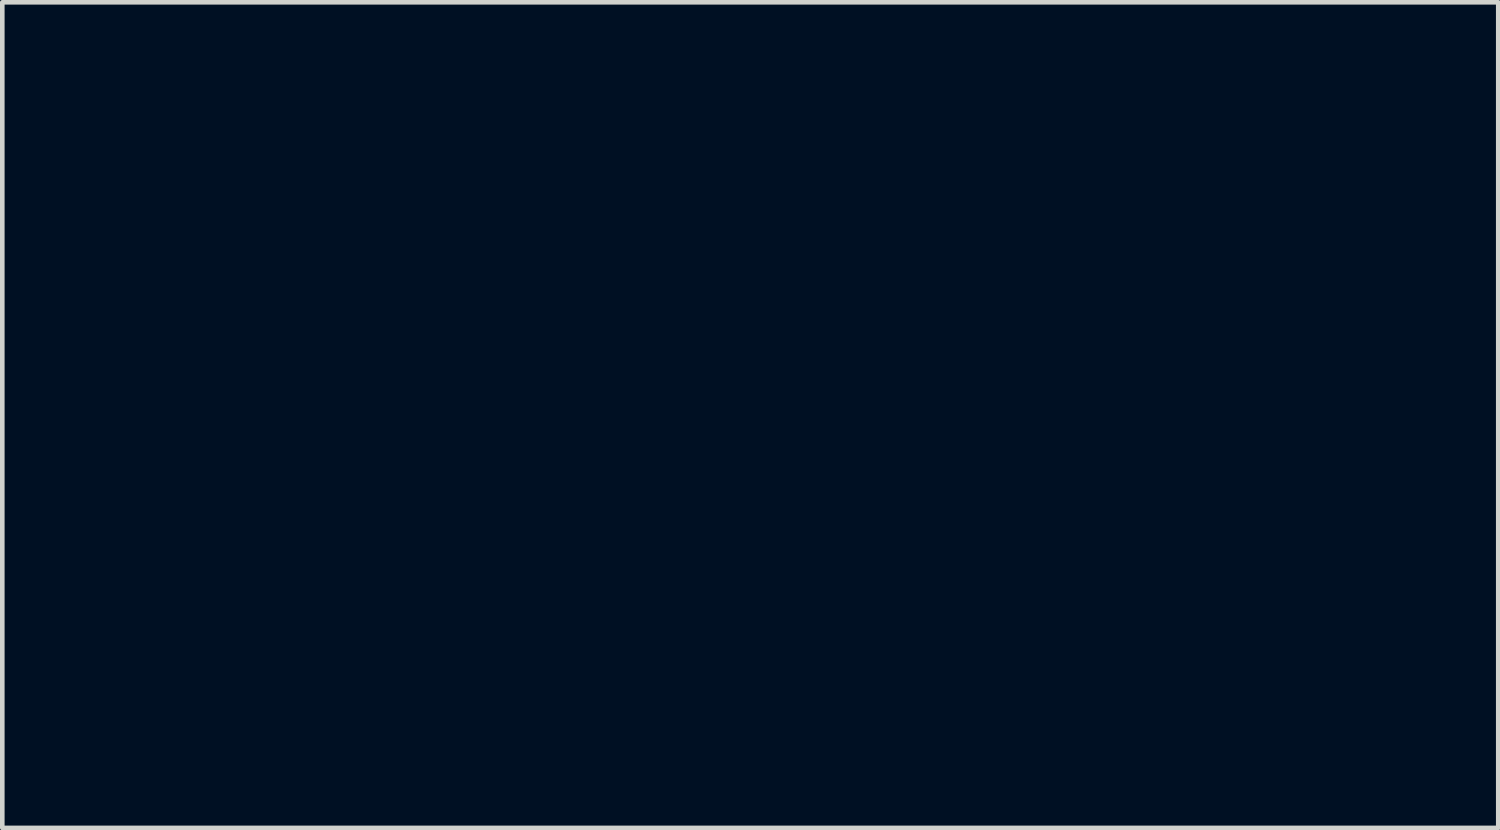
<source format=kicad_pcb>
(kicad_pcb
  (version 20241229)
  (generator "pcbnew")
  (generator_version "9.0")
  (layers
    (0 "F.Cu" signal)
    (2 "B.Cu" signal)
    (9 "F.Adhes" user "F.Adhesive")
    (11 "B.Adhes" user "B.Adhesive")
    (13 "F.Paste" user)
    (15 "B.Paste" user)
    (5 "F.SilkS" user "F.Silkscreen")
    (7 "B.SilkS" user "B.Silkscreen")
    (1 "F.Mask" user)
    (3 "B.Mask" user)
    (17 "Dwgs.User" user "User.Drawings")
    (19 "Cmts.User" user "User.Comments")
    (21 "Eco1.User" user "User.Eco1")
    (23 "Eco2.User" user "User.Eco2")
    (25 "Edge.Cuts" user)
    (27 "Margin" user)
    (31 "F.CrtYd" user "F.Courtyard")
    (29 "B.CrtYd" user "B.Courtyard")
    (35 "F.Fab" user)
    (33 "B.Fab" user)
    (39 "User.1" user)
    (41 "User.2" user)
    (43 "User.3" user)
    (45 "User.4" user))
  (footprint "irinput_panel_art_more"
    (layer "F.Cu")
    (at 13.288 5.985)
    (property "Reference" "irinput_panel_art_more" (at 0 0 0) (layer "F.Mask") (effects (font (size 1.524 1.524) (thickness 0.3))))
    (attr through_hole)
    (fp_poly (pts (xy 0.976 -5.94) (xy 1.628 -5.86) (xy 2.273 -5.739) (xy 2.907 -5.576) (xy 3.527 -5.372) (xy 4.129 -5.126) (xy 4.262 -5.065) (xy 4.779 -4.8) (xy 5.263 -4.505) (xy 5.715 -4.183) (xy 6.131 -3.837) (xy 6.511 -3.468) (xy 6.851 -3.078) (xy 7.151 -2.67) (xy 7.408 -2.246) (xy 7.62 -1.807) (xy 7.786 -1.357) (xy 7.899 -0.916) (xy 7.971 -0.441) (xy 7.991 0.035) (xy 7.962 0.508) (xy 7.882 0.978) (xy 7.752 1.444) (xy 7.573 1.904) (xy 7.506 2.046) (xy 7.258 2.5) (xy 6.966 2.931) (xy 6.632 3.34) (xy 6.259 3.724) (xy 5.847 4.083) (xy 5.401 4.415) (xy 4.921 4.718) (xy 4.41 4.993) (xy 3.871 5.236) (xy 3.305 5.448) (xy 2.715 5.627) (xy 2.103 5.771) (xy 1.472 5.88) (xy 0.823 5.951) (xy 0.572 5.969) (xy 0.342 5.981) (xy 0.143 5.987) (xy -0.044 5.989) (xy -0.235 5.986) (xy -0.446 5.977) (xy -0.635 5.967) (xy -1.28 5.908) (xy -1.922 5.808) (xy -2.554 5.668) (xy -3.171 5.49) (xy -3.767 5.276) (xy -4.336 5.027) (xy -4.873 4.745) (xy -5.13 4.591) (xy -5.615 4.26) (xy -6.059 3.904) (xy -6.461 3.523) (xy -6.821 3.118) (xy -7.136 2.691) (xy -7.406 2.242) (xy -7.507 2.045) (xy -7.702 1.587) (xy -7.848 1.124) (xy -7.943 0.657) (xy -7.984 0.225) (xy -3.999 0.225) (xy -3.95 0.659) (xy -3.853 1.087) (xy -3.707 1.506) (xy -3.513 1.912) (xy -3.323 2.228) (xy -3.191 2.407) (xy -3.029 2.6) (xy -2.848 2.794) (xy -2.657 2.98) (xy -2.469 3.145) (xy -2.294 3.279) (xy -2.273 3.293) (xy -1.878 3.531) (xy -1.469 3.72) (xy -1.047 3.86) (xy -0.613 3.951) (xy -0.168 3.993) (xy 0.287 3.985) (xy 0.701 3.935) (xy 1.104 3.843) (xy 1.505 3.703) (xy 1.9 3.517) (xy 2.262 3.3) (xy 2.442 3.166) (xy 2.636 3) (xy 2.833 2.811) (xy 3.02 2.611) (xy 3.188 2.412) (xy 3.323 2.228) (xy 3.554 1.835) (xy 3.738 1.427) (xy 3.875 1.006) (xy 3.963 0.576) (xy 4.003 0.139) (xy 3.993 -0.301) (xy 3.934 -0.742) (xy 3.846 -1.111) (xy 3.7 -1.528) (xy 3.513 -1.919) (xy 3.282 -2.287) (xy 3.005 -2.634) (xy 2.752 -2.896) (xy 2.415 -3.185) (xy 2.052 -3.432) (xy 1.667 -3.635) (xy 1.264 -3.795) (xy 0.848 -3.909) (xy 0.421 -3.978) (xy -0.013 -4) (xy -0.449 -3.974) (xy -0.884 -3.9) (xy -1.268 -3.793) (xy -1.673 -3.632) (xy -2.059 -3.426) (xy -2.419 -3.181) (xy -2.751 -2.899) (xy -3.051 -2.583) (xy -3.315 -2.238) (xy -3.54 -1.867) (xy -3.702 -1.52) (xy -3.85 -1.089) (xy -3.949 -0.652) (xy -3.999 -0.214) (xy -3.999 0.225) (xy -7.984 0.225) (xy -7.988 0.187) (xy -7.983 -0.283) (xy -7.929 -0.752) (xy -7.825 -1.218) (xy -7.671 -1.679) (xy -7.468 -2.134) (xy -7.265 -2.5) (xy -7.01 -2.881) (xy -6.709 -3.255) (xy -6.368 -3.616) (xy -5.992 -3.96) (xy -5.686 -4.206) (xy -5.183 -4.556) (xy -4.649 -4.869) (xy -4.088 -5.144) (xy -3.503 -5.38) (xy -2.897 -5.578) (xy -2.274 -5.737) (xy -1.637 -5.857) (xy -0.99 -5.938) (xy -0.337 -5.979) (xy 0.319 -5.98) (xy 0.976 -5.94)) (stroke (width 0.01) (type solid)) (fill yes) (layer "F.Mask")))
  (gr_rect
    (start -3 -3)
    (end 29.576 14.979)
    (stroke (width 0.1) (type default))
    (fill no)
    (layer "Edge.Cuts")))
</source>
